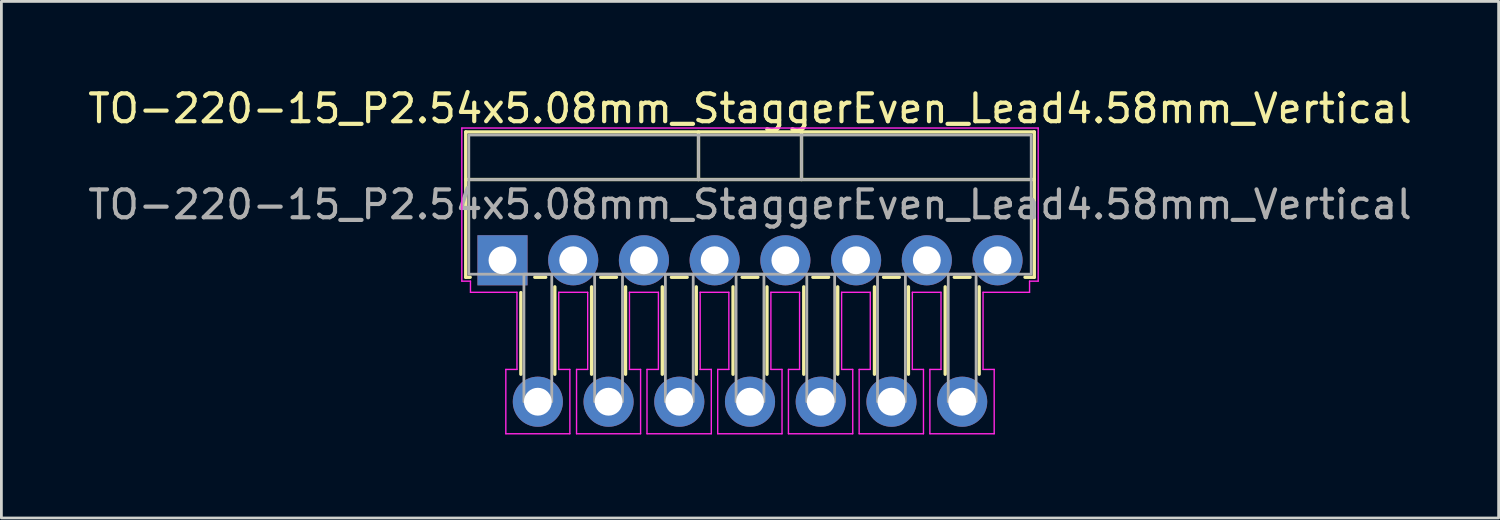
<source format=kicad_pcb>
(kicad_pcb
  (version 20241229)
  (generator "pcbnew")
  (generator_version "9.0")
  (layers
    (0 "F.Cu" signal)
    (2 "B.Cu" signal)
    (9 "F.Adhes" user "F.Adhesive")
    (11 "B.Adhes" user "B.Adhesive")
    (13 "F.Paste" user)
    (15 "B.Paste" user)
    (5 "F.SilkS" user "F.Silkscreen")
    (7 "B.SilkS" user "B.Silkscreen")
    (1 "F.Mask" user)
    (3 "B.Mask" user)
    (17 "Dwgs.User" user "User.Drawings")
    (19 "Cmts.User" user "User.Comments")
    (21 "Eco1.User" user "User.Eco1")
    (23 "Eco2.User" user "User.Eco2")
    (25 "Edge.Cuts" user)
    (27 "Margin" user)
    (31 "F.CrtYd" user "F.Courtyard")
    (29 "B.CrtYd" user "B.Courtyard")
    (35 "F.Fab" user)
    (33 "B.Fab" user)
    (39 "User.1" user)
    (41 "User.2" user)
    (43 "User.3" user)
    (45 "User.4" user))
  (footprint "TO-220-15_P2.54x5.08mm_StaggerEven_Lead4.58mm_Vertical"
    (layer "F.Cu")
    (at 14.997 6.298)
    (property "Reference" "TO-220-15_P2.54x5.08mm_StaggerEven_Lead4.58mm_Vertical" (at 8.89 -5.45 0) (layer "F.SilkS") (effects (font (size 1 1) (thickness 0.15))))
    (attr through_hole)
    (fp_line (start -1.32 -4.61) (end -1.32 0.61) (stroke (width 0.12) (type solid)) (layer "F.SilkS"))
    (fp_line (start -1.32 -4.61) (end 19.1 -4.61) (stroke (width 0.12) (type solid)) (layer "F.SilkS"))
    (fp_line (start -1.32 -2.9) (end 19.1 -2.9) (stroke (width 0.12) (type solid)) (layer "F.SilkS"))
    (fp_line (start -1.32 0.61) (end -1.16 0.61) (stroke (width 0.12) (type solid)) (layer "F.SilkS"))
    (fp_line (start 0.66 1.16) (end 0.66 4.093) (stroke (width 0.12) (type solid)) (layer "F.SilkS"))
    (fp_line (start 1.16 0.61) (end 1.553 0.61) (stroke (width 0.12) (type solid)) (layer "F.SilkS"))
    (fp_line (start 1.88 0.954) (end 1.88 4.093) (stroke (width 0.12) (type solid)) (layer "F.SilkS"))
    (fp_line (start 3.2 0.954) (end 3.2 4.093) (stroke (width 0.12) (type solid)) (layer "F.SilkS"))
    (fp_line (start 3.527 0.61) (end 4.093 0.61) (stroke (width 0.12) (type solid)) (layer "F.SilkS"))
    (fp_line (start 4.42 0.954) (end 4.42 4.093) (stroke (width 0.12) (type solid)) (layer "F.SilkS"))
    (fp_line (start 5.74 0.954) (end 5.74 4.093) (stroke (width 0.12) (type solid)) (layer "F.SilkS"))
    (fp_line (start 6.067 0.61) (end 6.633 0.61) (stroke (width 0.12) (type solid)) (layer "F.SilkS"))
    (fp_line (start 6.96 0.954) (end 6.96 4.093) (stroke (width 0.12) (type solid)) (layer "F.SilkS"))
    (fp_line (start 7.04 -4.61) (end 7.04 -2.9) (stroke (width 0.12) (type solid)) (layer "F.SilkS"))
    (fp_line (start 8.28 0.954) (end 8.28 4.093) (stroke (width 0.12) (type solid)) (layer "F.SilkS"))
    (fp_line (start 8.607 0.61) (end 9.173 0.61) (stroke (width 0.12) (type solid)) (layer "F.SilkS"))
    (fp_line (start 9.5 0.954) (end 9.5 4.093) (stroke (width 0.12) (type solid)) (layer "F.SilkS"))
    (fp_line (start 10.74 -4.61) (end 10.74 -2.9) (stroke (width 0.12) (type solid)) (layer "F.SilkS"))
    (fp_line (start 10.82 0.954) (end 10.82 4.093) (stroke (width 0.12) (type solid)) (layer "F.SilkS"))
    (fp_line (start 11.147 0.61) (end 11.713 0.61) (stroke (width 0.12) (type solid)) (layer "F.SilkS"))
    (fp_line (start 12.04 0.954) (end 12.04 4.093) (stroke (width 0.12) (type solid)) (layer "F.SilkS"))
    (fp_line (start 13.36 0.954) (end 13.36 4.093) (stroke (width 0.12) (type solid)) (layer "F.SilkS"))
    (fp_line (start 13.687 0.61) (end 14.253 0.61) (stroke (width 0.12) (type solid)) (layer "F.SilkS"))
    (fp_line (start 14.58 0.954) (end 14.58 4.093) (stroke (width 0.12) (type solid)) (layer "F.SilkS"))
    (fp_line (start 15.9 0.954) (end 15.9 4.093) (stroke (width 0.12) (type solid)) (layer "F.SilkS"))
    (fp_line (start 16.227 0.61) (end 16.793 0.61) (stroke (width 0.12) (type solid)) (layer "F.SilkS"))
    (fp_line (start 17.12 0.954) (end 17.12 4.093) (stroke (width 0.12) (type solid)) (layer "F.SilkS"))
    (fp_line (start 18.767 0.61) (end 19.1 0.61) (stroke (width 0.12) (type solid)) (layer "F.SilkS"))
    (fp_line (start 19.1 -4.61) (end 19.1 0.61) (stroke (width 0.12) (type solid)) (layer "F.SilkS"))
    (fp_line (start -1.46 -4.75) (end 19.24 -4.75) (stroke (width 0.05) (type solid)) (layer "F.CrtYd"))
    (fp_line (start -1.46 0.75) (end -1.46 -4.75) (stroke (width 0.05) (type solid)) (layer "F.CrtYd"))
    (fp_line (start -1.15 0.75) (end -1.46 0.75) (stroke (width 0.05) (type solid)) (layer "F.CrtYd"))
    (fp_line (start -1.15 1.15) (end -1.15 0.75) (stroke (width 0.05) (type solid)) (layer "F.CrtYd"))
    (fp_line (start 0.12 3.92) (end 0.52 3.92) (stroke (width 0.05) (type solid)) (layer "F.CrtYd"))
    (fp_line (start 0.12 6.23) (end 0.12 3.92) (stroke (width 0.05) (type solid)) (layer "F.CrtYd"))
    (fp_line (start 0.52 1.15) (end -1.15 1.15) (stroke (width 0.05) (type solid)) (layer "F.CrtYd"))
    (fp_line (start 0.52 3.92) (end 0.52 1.15) (stroke (width 0.05) (type solid)) (layer "F.CrtYd"))
    (fp_line (start 2.02 1.15) (end 2.02 3.92) (stroke (width 0.05) (type solid)) (layer "F.CrtYd"))
    (fp_line (start 2.02 3.92) (end 2.42 3.92) (stroke (width 0.05) (type solid)) (layer "F.CrtYd"))
    (fp_line (start 2.42 3.92) (end 2.42 6.23) (stroke (width 0.05) (type solid)) (layer "F.CrtYd"))
    (fp_line (start 2.42 6.23) (end 0.12 6.23) (stroke (width 0.05) (type solid)) (layer "F.CrtYd"))
    (fp_line (start 2.66 3.92) (end 3.06 3.92) (stroke (width 0.05) (type solid)) (layer "F.CrtYd"))
    (fp_line (start 2.66 6.23) (end 2.66 3.92) (stroke (width 0.05) (type solid)) (layer "F.CrtYd"))
    (fp_line (start 3.06 1.15) (end 2.02 1.15) (stroke (width 0.05) (type solid)) (layer "F.CrtYd"))
    (fp_line (start 3.06 3.92) (end 3.06 1.15) (stroke (width 0.05) (type solid)) (layer "F.CrtYd"))
    (fp_line (start 4.56 1.15) (end 4.56 3.92) (stroke (width 0.05) (type solid)) (layer "F.CrtYd"))
    (fp_line (start 4.56 3.92) (end 4.96 3.92) (stroke (width 0.05) (type solid)) (layer "F.CrtYd"))
    (fp_line (start 4.96 3.92) (end 4.96 6.23) (stroke (width 0.05) (type solid)) (layer "F.CrtYd"))
    (fp_line (start 4.96 6.23) (end 2.66 6.23) (stroke (width 0.05) (type solid)) (layer "F.CrtYd"))
    (fp_line (start 5.19 3.92) (end 5.6 3.92) (stroke (width 0.05) (type solid)) (layer "F.CrtYd"))
    (fp_line (start 5.19 6.23) (end 5.19 3.92) (stroke (width 0.05) (type solid)) (layer "F.CrtYd"))
    (fp_line (start 5.6 1.15) (end 4.56 1.15) (stroke (width 0.05) (type solid)) (layer "F.CrtYd"))
    (fp_line (start 5.6 3.92) (end 5.6 1.15) (stroke (width 0.05) (type solid)) (layer "F.CrtYd"))
    (fp_line (start 7.1 1.15) (end 7.1 3.92) (stroke (width 0.05) (type solid)) (layer "F.CrtYd"))
    (fp_line (start 7.1 3.92) (end 7.5 3.92) (stroke (width 0.05) (type solid)) (layer "F.CrtYd"))
    (fp_line (start 7.5 3.92) (end 7.5 6.23) (stroke (width 0.05) (type solid)) (layer "F.CrtYd"))
    (fp_line (start 7.5 6.23) (end 5.19 6.23) (stroke (width 0.05) (type solid)) (layer "F.CrtYd"))
    (fp_line (start 7.73 3.92) (end 8.13 3.92) (stroke (width 0.05) (type solid)) (layer "F.CrtYd"))
    (fp_line (start 7.73 6.23) (end 7.73 3.92) (stroke (width 0.05) (type solid)) (layer "F.CrtYd"))
    (fp_line (start 8.13 1.15) (end 7.1 1.15) (stroke (width 0.05) (type solid)) (layer "F.CrtYd"))
    (fp_line (start 8.13 3.92) (end 8.13 1.15) (stroke (width 0.05) (type solid)) (layer "F.CrtYd"))
    (fp_line (start 9.64 1.15) (end 9.64 3.92) (stroke (width 0.05) (type solid)) (layer "F.CrtYd"))
    (fp_line (start 9.64 3.92) (end 10.04 3.92) (stroke (width 0.05) (type solid)) (layer "F.CrtYd"))
    (fp_line (start 10.04 3.92) (end 10.04 6.23) (stroke (width 0.05) (type solid)) (layer "F.CrtYd"))
    (fp_line (start 10.04 6.23) (end 7.73 6.23) (stroke (width 0.05) (type solid)) (layer "F.CrtYd"))
    (fp_line (start 10.27 3.92) (end 10.67 3.92) (stroke (width 0.05) (type solid)) (layer "F.CrtYd"))
    (fp_line (start 10.27 6.23) (end 10.27 3.92) (stroke (width 0.05) (type solid)) (layer "F.CrtYd"))
    (fp_line (start 10.67 1.15) (end 9.64 1.15) (stroke (width 0.05) (type solid)) (layer "F.CrtYd"))
    (fp_line (start 10.67 3.92) (end 10.67 1.15) (stroke (width 0.05) (type solid)) (layer "F.CrtYd"))
    (fp_line (start 12.18 1.15) (end 12.18 3.92) (stroke (width 0.05) (type solid)) (layer "F.CrtYd"))
    (fp_line (start 12.18 3.92) (end 12.58 3.92) (stroke (width 0.05) (type solid)) (layer "F.CrtYd"))
    (fp_line (start 12.58 3.92) (end 12.58 6.23) (stroke (width 0.05) (type solid)) (layer "F.CrtYd"))
    (fp_line (start 12.58 6.23) (end 10.27 6.23) (stroke (width 0.05) (type solid)) (layer "F.CrtYd"))
    (fp_line (start 12.81 3.92) (end 13.21 3.92) (stroke (width 0.05) (type solid)) (layer "F.CrtYd"))
    (fp_line (start 12.81 6.23) (end 12.81 3.92) (stroke (width 0.05) (type solid)) (layer "F.CrtYd"))
    (fp_line (start 13.21 1.15) (end 12.18 1.15) (stroke (width 0.05) (type solid)) (layer "F.CrtYd"))
    (fp_line (start 13.21 3.92) (end 13.21 1.15) (stroke (width 0.05) (type solid)) (layer "F.CrtYd"))
    (fp_line (start 14.72 1.15) (end 14.72 3.92) (stroke (width 0.05) (type solid)) (layer "F.CrtYd"))
    (fp_line (start 14.72 3.92) (end 15.12 3.92) (stroke (width 0.05) (type solid)) (layer "F.CrtYd"))
    (fp_line (start 15.12 3.92) (end 15.12 6.23) (stroke (width 0.05) (type solid)) (layer "F.CrtYd"))
    (fp_line (start 15.12 6.23) (end 12.81 6.23) (stroke (width 0.05) (type solid)) (layer "F.CrtYd"))
    (fp_line (start 15.35 3.92) (end 15.75 3.92) (stroke (width 0.05) (type solid)) (layer "F.CrtYd"))
    (fp_line (start 15.35 6.23) (end 15.35 3.92) (stroke (width 0.05) (type solid)) (layer "F.CrtYd"))
    (fp_line (start 15.75 1.15) (end 14.72 1.15) (stroke (width 0.05) (type solid)) (layer "F.CrtYd"))
    (fp_line (start 15.75 3.92) (end 15.75 1.15) (stroke (width 0.05) (type solid)) (layer "F.CrtYd"))
    (fp_line (start 17.26 1.15) (end 17.26 3.92) (stroke (width 0.05) (type solid)) (layer "F.CrtYd"))
    (fp_line (start 17.26 3.92) (end 17.66 3.92) (stroke (width 0.05) (type solid)) (layer "F.CrtYd"))
    (fp_line (start 17.66 3.92) (end 17.66 6.23) (stroke (width 0.05) (type solid)) (layer "F.CrtYd"))
    (fp_line (start 17.66 6.23) (end 15.35 6.23) (stroke (width 0.05) (type solid)) (layer "F.CrtYd"))
    (fp_line (start 18.93 0.75) (end 18.93 1.15) (stroke (width 0.05) (type solid)) (layer "F.CrtYd"))
    (fp_line (start 18.93 1.15) (end 17.26 1.15) (stroke (width 0.05) (type solid)) (layer "F.CrtYd"))
    (fp_line (start 19.24 -4.75) (end 19.24 0.75) (stroke (width 0.05) (type solid)) (layer "F.CrtYd"))
    (fp_line (start 19.24 0.75) (end 18.93 0.75) (stroke (width 0.05) (type solid)) (layer "F.CrtYd"))
    (fp_line (start -1.21 -2.9) (end 18.99 -2.9) (stroke (width 0.1) (type solid)) (layer "F.Fab"))
    (fp_line (start 7.04 -4.5) (end 7.04 -2.9) (stroke (width 0.1) (type solid)) (layer "F.Fab"))
    (fp_line (start 10.74 -4.5) (end 10.74 -2.9) (stroke (width 0.1) (type solid)) (layer "F.Fab"))
    (fp_rect (start -1.21 -4.5) (end 18.99 0.5) (stroke (width 0.1) (type solid)) (fill no) (layer "F.Fab"))
    (fp_rect (start 0.77 0.5) (end 1.77 5.08) (stroke (width 0.1) (type solid)) (fill no) (layer "F.Fab"))
    (fp_rect (start 3.31 0.5) (end 4.31 5.08) (stroke (width 0.1) (type solid)) (fill no) (layer "F.Fab"))
    (fp_rect (start 5.85 0.5) (end 6.85 5.08) (stroke (width 0.1) (type solid)) (fill no) (layer "F.Fab"))
    (fp_rect (start 8.39 0.5) (end 9.39 5.08) (stroke (width 0.1) (type solid)) (fill no) (layer "F.Fab"))
    (fp_rect (start 10.93 0.5) (end 11.93 5.08) (stroke (width 0.1) (type solid)) (fill no) (layer "F.Fab"))
    (fp_rect (start 13.47 0.5) (end 14.47 5.08) (stroke (width 0.1) (type solid)) (fill no) (layer "F.Fab"))
    (fp_rect (start 16.01 0.5) (end 17.01 5.08) (stroke (width 0.1) (type solid)) (fill no) (layer "F.Fab"))
    (fp_text user "${REFERENCE}" (at 8.89 -2 0) (layer "F.Fab") (effects (font (size 1 1) (thickness 0.15))))
    (pad "1" thru_hole rect (at 0 0) (size 1.8 1.8) (drill 1) (layers "*.Cu" "*.Mask"))
    (pad "2" thru_hole circle (at 1.27 5.08) (size 1.8 1.8) (drill 1) (layers "*.Cu" "*.Mask"))
    (pad "3" thru_hole circle (at 2.54 0) (size 1.8 1.8) (drill 1) (layers "*.Cu" "*.Mask"))
    (pad "4" thru_hole circle (at 3.81 5.08) (size 1.8 1.8) (drill 1) (layers "*.Cu" "*.Mask"))
    (pad "5" thru_hole circle (at 5.08 0) (size 1.8 1.8) (drill 1) (layers "*.Cu" "*.Mask"))
    (pad "6" thru_hole circle (at 6.35 5.08) (size 1.8 1.8) (drill 1) (layers "*.Cu" "*.Mask"))
    (pad "7" thru_hole circle (at 7.62 0) (size 1.8 1.8) (drill 1) (layers "*.Cu" "*.Mask"))
    (pad "8" thru_hole circle (at 8.89 5.08) (size 1.8 1.8) (drill 1) (layers "*.Cu" "*.Mask"))
    (pad "9" thru_hole circle (at 10.16 0) (size 1.8 1.8) (drill 1) (layers "*.Cu" "*.Mask"))
    (pad "10" thru_hole circle (at 11.43 5.08) (size 1.8 1.8) (drill 1) (layers "*.Cu" "*.Mask"))
    (pad "11" thru_hole circle (at 12.7 0) (size 1.8 1.8) (drill 1) (layers "*.Cu" "*.Mask"))
    (pad "12" thru_hole circle (at 13.97 5.08) (size 1.8 1.8) (drill 1) (layers "*.Cu" "*.Mask"))
    (pad "13" thru_hole circle (at 15.24 0) (size 1.8 1.8) (drill 1) (layers "*.Cu" "*.Mask"))
    (pad "14" thru_hole circle (at 16.51 5.08) (size 1.8 1.8) (drill 1) (layers "*.Cu" "*.Mask"))
    (pad "15" thru_hole circle (at 17.78 0) (size 1.8 1.8) (drill 1) (layers "*.Cu" "*.Mask")))
  (gr_rect
    (start -3 -3)
    (end 50.774 15.553)
    (stroke (width 0.1) (type default))
    (fill no)
    (layer "Edge.Cuts")))
</source>
